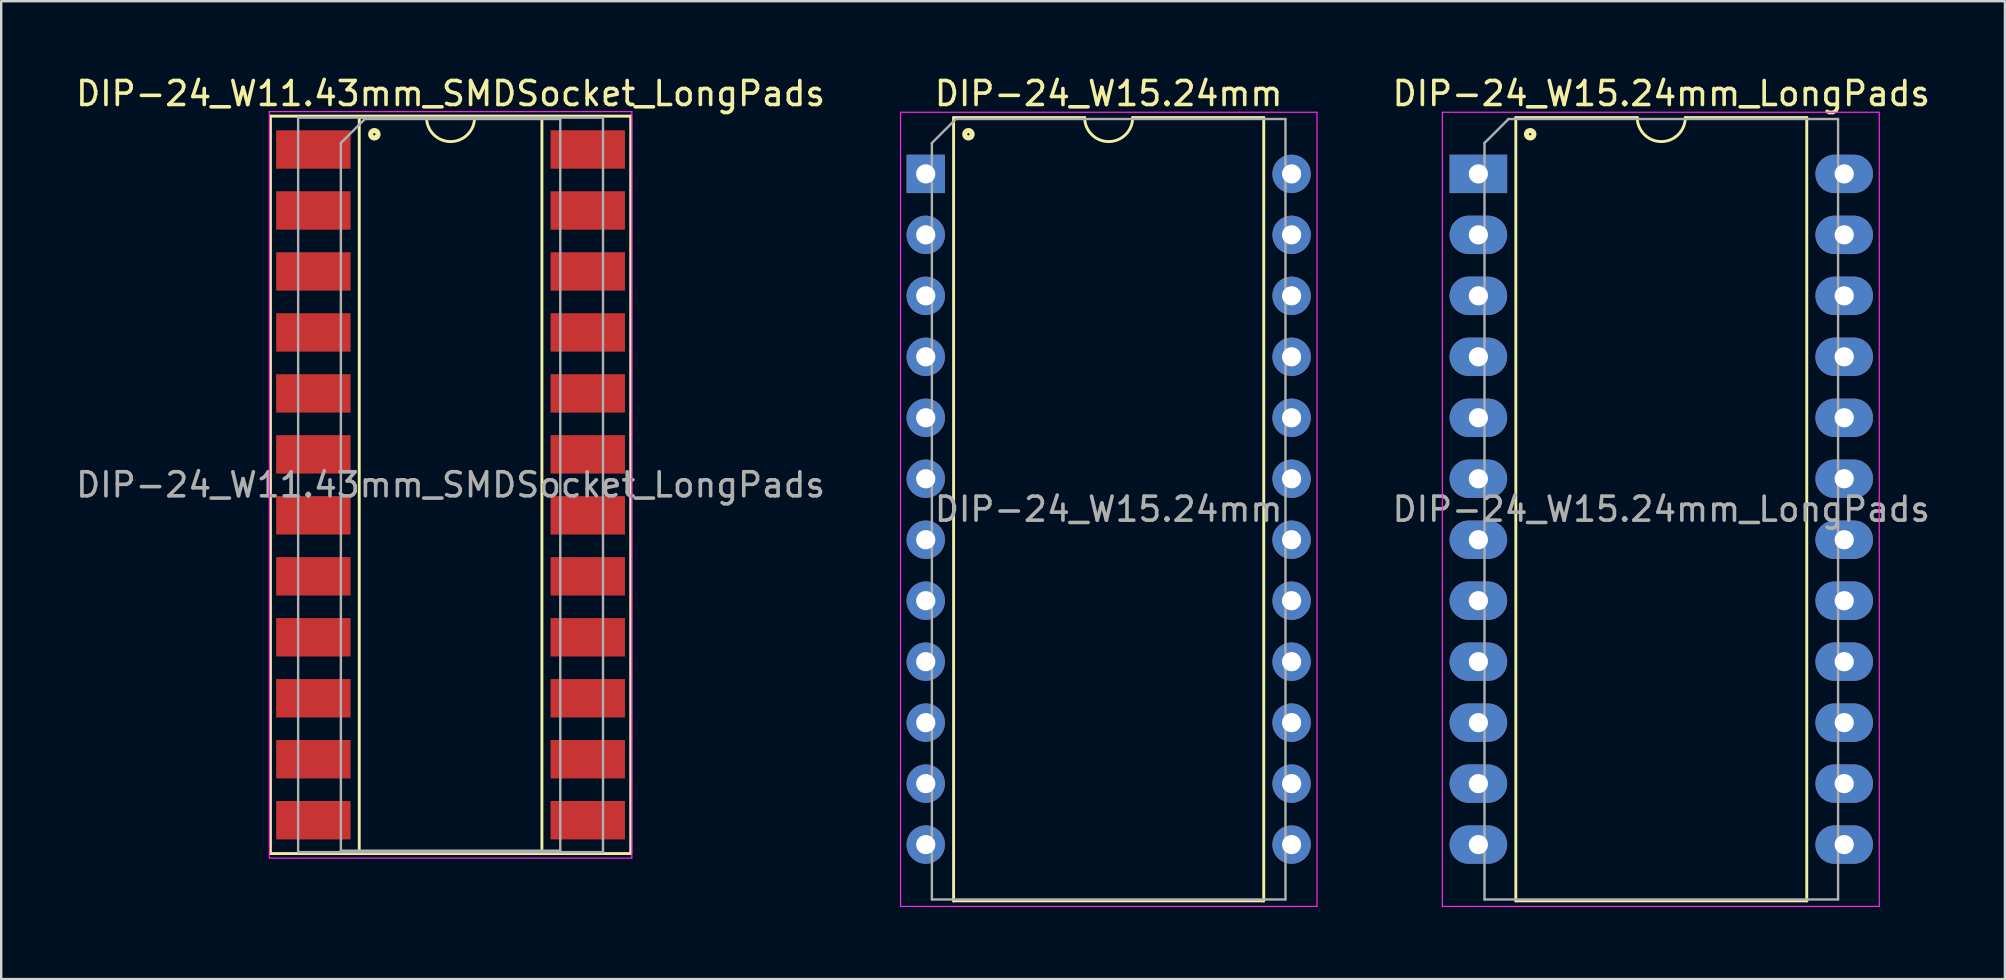
<source format=kicad_pcb>
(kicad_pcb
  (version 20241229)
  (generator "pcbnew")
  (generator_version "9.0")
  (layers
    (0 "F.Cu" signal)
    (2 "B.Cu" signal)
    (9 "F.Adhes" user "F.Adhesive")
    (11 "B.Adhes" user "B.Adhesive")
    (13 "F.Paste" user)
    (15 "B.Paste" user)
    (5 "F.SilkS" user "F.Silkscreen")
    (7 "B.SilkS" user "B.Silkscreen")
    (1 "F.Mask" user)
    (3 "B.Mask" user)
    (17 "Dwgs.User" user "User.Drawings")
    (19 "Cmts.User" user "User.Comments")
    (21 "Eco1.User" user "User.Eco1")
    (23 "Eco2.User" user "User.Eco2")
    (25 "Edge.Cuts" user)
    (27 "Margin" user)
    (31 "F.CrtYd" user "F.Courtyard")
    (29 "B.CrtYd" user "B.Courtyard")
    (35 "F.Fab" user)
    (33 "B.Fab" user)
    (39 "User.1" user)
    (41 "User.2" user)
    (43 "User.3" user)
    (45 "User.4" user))
  (footprint "DIP-24_W11.43mm_SMDSocket_LongPads"
    (layer "F.Cu")
    (at 15.72 17.148)
    (property "Reference" "DIP-24_W11.43mm_SMDSocket_LongPads" (at 0 -16.3 0) (layer "F.SilkS") (effects (font (size 1 1) (thickness 0.15))))
    (attr smd)
    (fp_line (start -7.505 -15.36) (end -7.505 15.36) (stroke (width 0.12) (type solid)) (layer "F.SilkS"))
    (fp_line (start -7.505 15.36) (end 7.505 15.36) (stroke (width 0.12) (type solid)) (layer "F.SilkS"))
    (fp_line (start -3.805 -15.3) (end -3.805 15.3) (stroke (width 0.12) (type solid)) (layer "F.SilkS"))
    (fp_line (start -3.805 15.3) (end 3.805 15.3) (stroke (width 0.12) (type solid)) (layer "F.SilkS"))
    (fp_line (start -1 -15.3) (end -3.805 -15.3) (stroke (width 0.12) (type solid)) (layer "F.SilkS"))
    (fp_line (start 3.805 -15.3) (end 1 -15.3) (stroke (width 0.12) (type solid)) (layer "F.SilkS"))
    (fp_line (start 3.805 15.3) (end 3.805 -15.3) (stroke (width 0.12) (type solid)) (layer "F.SilkS"))
    (fp_line (start 7.505 -15.36) (end -7.505 -15.36) (stroke (width 0.12) (type solid)) (layer "F.SilkS"))
    (fp_line (start 7.505 15.36) (end 7.505 -15.36) (stroke (width 0.12) (type solid)) (layer "F.SilkS"))
    (fp_arc (start 1 -15.3) (mid 0 -14.3) (end -1 -15.3) (stroke (width 0.12) (type solid)) (layer "F.SilkS"))
    (fp_circle (center -3.175 -14.605) (end -3.125 -14.605) (stroke (width 0.12) (type solid)) (fill no) (layer "F.SilkS"))
    (fp_circle (center -3.175 -14.605) (end -3.05 -14.605) (stroke (width 0.12) (type solid)) (fill no) (layer "F.SilkS"))
    (fp_circle (center -3.175 -14.605) (end -2.975 -14.605) (stroke (width 0.12) (type solid)) (fill no) (layer "F.SilkS"))
    (fp_line (start -7.55 -15.55) (end -7.55 15.55) (stroke (width 0.05) (type solid)) (layer "F.CrtYd"))
    (fp_line (start -7.55 15.55) (end 7.55 15.55) (stroke (width 0.05) (type solid)) (layer "F.CrtYd"))
    (fp_line (start 7.55 -15.55) (end -7.55 -15.55) (stroke (width 0.05) (type solid)) (layer "F.CrtYd"))
    (fp_line (start 7.55 15.55) (end 7.55 -15.55) (stroke (width 0.05) (type solid)) (layer "F.CrtYd"))
    (fp_line (start -6.35 -15.3) (end -6.35 15.3) (stroke (width 0.1) (type solid)) (layer "F.Fab"))
    (fp_line (start -6.35 15.3) (end 6.35 15.3) (stroke (width 0.1) (type solid)) (layer "F.Fab"))
    (fp_line (start -4.57 -14.24) (end -3.57 -15.24) (stroke (width 0.1) (type solid)) (layer "F.Fab"))
    (fp_line (start -4.57 15.24) (end -4.57 -14.24) (stroke (width 0.1) (type solid)) (layer "F.Fab"))
    (fp_line (start -3.57 -15.24) (end 4.57 -15.24) (stroke (width 0.1) (type solid)) (layer "F.Fab"))
    (fp_line (start 4.57 -15.24) (end 4.57 15.24) (stroke (width 0.1) (type solid)) (layer "F.Fab"))
    (fp_line (start 4.57 15.24) (end -4.57 15.24) (stroke (width 0.1) (type solid)) (layer "F.Fab"))
    (fp_line (start 6.35 -15.3) (end -6.35 -15.3) (stroke (width 0.1) (type solid)) (layer "F.Fab"))
    (fp_line (start 6.35 15.3) (end 6.35 -15.3) (stroke (width 0.1) (type solid)) (layer "F.Fab"))
    (fp_text user "${REFERENCE}" (at 0 0 0) (layer "F.Fab") (effects (font (size 1 1) (thickness 0.15))))
    (pad "1" smd rect (at -5.715 -13.97) (size 3.1 1.6) (layers "F.Cu" "F.Mask" "F.Paste"))
    (pad "2" smd rect (at -5.715 -11.43) (size 3.1 1.6) (layers "F.Cu" "F.Mask" "F.Paste"))
    (pad "3" smd rect (at -5.715 -8.89) (size 3.1 1.6) (layers "F.Cu" "F.Mask" "F.Paste"))
    (pad "4" smd rect (at -5.715 -6.35) (size 3.1 1.6) (layers "F.Cu" "F.Mask" "F.Paste"))
    (pad "5" smd rect (at -5.715 -3.81) (size 3.1 1.6) (layers "F.Cu" "F.Mask" "F.Paste"))
    (pad "6" smd rect (at -5.715 -1.27) (size 3.1 1.6) (layers "F.Cu" "F.Mask" "F.Paste"))
    (pad "7" smd rect (at -5.715 1.27) (size 3.1 1.6) (layers "F.Cu" "F.Mask" "F.Paste"))
    (pad "8" smd rect (at -5.715 3.81) (size 3.1 1.6) (layers "F.Cu" "F.Mask" "F.Paste"))
    (pad "9" smd rect (at -5.715 6.35) (size 3.1 1.6) (layers "F.Cu" "F.Mask" "F.Paste"))
    (pad "10" smd rect (at -5.715 8.89) (size 3.1 1.6) (layers "F.Cu" "F.Mask" "F.Paste"))
    (pad "11" smd rect (at -5.715 11.43) (size 3.1 1.6) (layers "F.Cu" "F.Mask" "F.Paste"))
    (pad "12" smd rect (at -5.715 13.97) (size 3.1 1.6) (layers "F.Cu" "F.Mask" "F.Paste"))
    (pad "13" smd rect (at 5.715 13.97) (size 3.1 1.6) (layers "F.Cu" "F.Mask" "F.Paste"))
    (pad "14" smd rect (at 5.715 11.43) (size 3.1 1.6) (layers "F.Cu" "F.Mask" "F.Paste"))
    (pad "15" smd rect (at 5.715 8.89) (size 3.1 1.6) (layers "F.Cu" "F.Mask" "F.Paste"))
    (pad "16" smd rect (at 5.715 6.35) (size 3.1 1.6) (layers "F.Cu" "F.Mask" "F.Paste"))
    (pad "17" smd rect (at 5.715 3.81) (size 3.1 1.6) (layers "F.Cu" "F.Mask" "F.Paste"))
    (pad "18" smd rect (at 5.715 1.27) (size 3.1 1.6) (layers "F.Cu" "F.Mask" "F.Paste"))
    (pad "19" smd rect (at 5.715 -1.27) (size 3.1 1.6) (layers "F.Cu" "F.Mask" "F.Paste"))
    (pad "20" smd rect (at 5.715 -3.81) (size 3.1 1.6) (layers "F.Cu" "F.Mask" "F.Paste"))
    (pad "21" smd rect (at 5.715 -6.35) (size 3.1 1.6) (layers "F.Cu" "F.Mask" "F.Paste"))
    (pad "22" smd rect (at 5.715 -8.89) (size 3.1 1.6) (layers "F.Cu" "F.Mask" "F.Paste"))
    (pad "23" smd rect (at 5.715 -11.43) (size 3.1 1.6) (layers "F.Cu" "F.Mask" "F.Paste"))
    (pad "24" smd rect (at 5.715 -13.97) (size 3.1 1.6) (layers "F.Cu" "F.Mask" "F.Paste")))
  (footprint "DIP-24_W15.24mm_LongPads"
    (layer "F.Cu")
    (at 58.536 4.194)
    (property "Reference" "DIP-24_W15.24mm_LongPads" (at 7.62 -3.346 0) (layer "F.SilkS") (effects (font (size 1 1) (thickness 0.15))))
    (attr through_hole)
    (fp_line (start 1.56 -2.346) (end 1.56 30.286) (stroke (width 0.12) (type solid)) (layer "F.SilkS"))
    (fp_line (start 1.56 30.286) (end 13.68 30.286) (stroke (width 0.12) (type solid)) (layer "F.SilkS"))
    (fp_line (start 6.62 -2.346) (end 1.56 -2.346) (stroke (width 0.12) (type solid)) (layer "F.SilkS"))
    (fp_line (start 13.68 -2.346) (end 8.62 -2.346) (stroke (width 0.12) (type solid)) (layer "F.SilkS"))
    (fp_line (start 13.68 30.286) (end 13.68 -2.346) (stroke (width 0.12) (type solid)) (layer "F.SilkS"))
    (fp_arc (start 8.62 -2.346) (mid 7.62 -1.346) (end 6.62 -2.346) (stroke (width 0.12) (type solid)) (layer "F.SilkS"))
    (fp_circle (center 2.159 -1.651) (end 2.209 -1.651) (stroke (width 0.12) (type solid)) (fill no) (layer "F.SilkS"))
    (fp_circle (center 2.159 -1.651) (end 2.284 -1.651) (stroke (width 0.12) (type solid)) (fill no) (layer "F.SilkS"))
    (fp_circle (center 2.159 -1.651) (end 2.359 -1.651) (stroke (width 0.12) (type solid)) (fill no) (layer "F.SilkS"))
    (fp_line (start -1.5 -2.566) (end -1.5 30.516) (stroke (width 0.05) (type solid)) (layer "F.CrtYd"))
    (fp_line (start -1.5 30.516) (end 16.7 30.516) (stroke (width 0.05) (type solid)) (layer "F.CrtYd"))
    (fp_line (start 16.7 -2.566) (end -1.5 -2.566) (stroke (width 0.05) (type solid)) (layer "F.CrtYd"))
    (fp_line (start 16.7 30.516) (end 16.7 -2.566) (stroke (width 0.05) (type solid)) (layer "F.CrtYd"))
    (fp_line (start 0.255 -1.286) (end 1.255 -2.286) (stroke (width 0.1) (type solid)) (layer "F.Fab"))
    (fp_line (start 0.255 30.226) (end 0.255 -1.286) (stroke (width 0.1) (type solid)) (layer "F.Fab"))
    (fp_line (start 1.255 -2.286) (end 14.985 -2.286) (stroke (width 0.1) (type solid)) (layer "F.Fab"))
    (fp_line (start 14.985 -2.286) (end 14.985 30.226) (stroke (width 0.1) (type solid)) (layer "F.Fab"))
    (fp_line (start 14.985 30.226) (end 0.255 30.226) (stroke (width 0.1) (type solid)) (layer "F.Fab"))
    (fp_text user "${REFERENCE}" (at 7.62 13.97 0) (layer "F.Fab") (effects (font (size 1 1) (thickness 0.15))))
    (pad "1" thru_hole rect (at 0 0) (size 2.4 1.6) (drill 0.8) (layers "*.Cu" "*.Mask"))
    (pad "2" thru_hole oval (at 0 2.54) (size 2.4 1.6) (drill 0.8) (layers "*.Cu" "*.Mask"))
    (pad "3" thru_hole oval (at 0 5.08) (size 2.4 1.6) (drill 0.8) (layers "*.Cu" "*.Mask"))
    (pad "4" thru_hole oval (at 0 7.62) (size 2.4 1.6) (drill 0.8) (layers "*.Cu" "*.Mask"))
    (pad "5" thru_hole oval (at 0 10.16) (size 2.4 1.6) (drill 0.8) (layers "*.Cu" "*.Mask"))
    (pad "6" thru_hole oval (at 0 12.7) (size 2.4 1.6) (drill 0.8) (layers "*.Cu" "*.Mask"))
    (pad "7" thru_hole oval (at 0 15.24) (size 2.4 1.6) (drill 0.8) (layers "*.Cu" "*.Mask"))
    (pad "8" thru_hole oval (at 0 17.78) (size 2.4 1.6) (drill 0.8) (layers "*.Cu" "*.Mask"))
    (pad "9" thru_hole oval (at 0 20.32) (size 2.4 1.6) (drill 0.8) (layers "*.Cu" "*.Mask"))
    (pad "10" thru_hole oval (at 0 22.86) (size 2.4 1.6) (drill 0.8) (layers "*.Cu" "*.Mask"))
    (pad "11" thru_hole oval (at 0 25.4) (size 2.4 1.6) (drill 0.8) (layers "*.Cu" "*.Mask"))
    (pad "12" thru_hole oval (at 0 27.94) (size 2.4 1.6) (drill 0.8) (layers "*.Cu" "*.Mask"))
    (pad "13" thru_hole oval (at 15.24 27.94) (size 2.4 1.6) (drill 0.8) (layers "*.Cu" "*.Mask"))
    (pad "14" thru_hole oval (at 15.24 25.4) (size 2.4 1.6) (drill 0.8) (layers "*.Cu" "*.Mask"))
    (pad "15" thru_hole oval (at 15.24 22.86) (size 2.4 1.6) (drill 0.8) (layers "*.Cu" "*.Mask"))
    (pad "16" thru_hole oval (at 15.24 20.32) (size 2.4 1.6) (drill 0.8) (layers "*.Cu" "*.Mask"))
    (pad "17" thru_hole oval (at 15.24 17.78) (size 2.4 1.6) (drill 0.8) (layers "*.Cu" "*.Mask"))
    (pad "18" thru_hole oval (at 15.24 15.24) (size 2.4 1.6) (drill 0.8) (layers "*.Cu" "*.Mask"))
    (pad "19" thru_hole oval (at 15.24 12.7) (size 2.4 1.6) (drill 0.8) (layers "*.Cu" "*.Mask"))
    (pad "20" thru_hole oval (at 15.24 10.16) (size 2.4 1.6) (drill 0.8) (layers "*.Cu" "*.Mask"))
    (pad "21" thru_hole oval (at 15.24 7.62) (size 2.4 1.6) (drill 0.8) (layers "*.Cu" "*.Mask"))
    (pad "22" thru_hole oval (at 15.24 5.08) (size 2.4 1.6) (drill 0.8) (layers "*.Cu" "*.Mask"))
    (pad "23" thru_hole oval (at 15.24 2.54) (size 2.4 1.6) (drill 0.8) (layers "*.Cu" "*.Mask"))
    (pad "24" thru_hole oval (at 15.24 0) (size 2.4 1.6) (drill 0.8) (layers "*.Cu" "*.Mask")))
  (footprint "DIP-24_W15.24mm"
    (layer "F.Cu")
    (at 35.515 4.194)
    (property "Reference" "DIP-24_W15.24mm" (at 7.62 -3.346 0) (layer "F.SilkS") (effects (font (size 1 1) (thickness 0.15))))
    (attr through_hole)
    (fp_line (start 1.16 -2.346) (end 1.16 30.286) (stroke (width 0.12) (type solid)) (layer "F.SilkS"))
    (fp_line (start 1.16 30.286) (end 14.08 30.286) (stroke (width 0.12) (type solid)) (layer "F.SilkS"))
    (fp_line (start 6.62 -2.346) (end 1.16 -2.346) (stroke (width 0.12) (type solid)) (layer "F.SilkS"))
    (fp_line (start 14.08 -2.346) (end 8.62 -2.346) (stroke (width 0.12) (type solid)) (layer "F.SilkS"))
    (fp_line (start 14.08 30.286) (end 14.08 -2.346) (stroke (width 0.12) (type solid)) (layer "F.SilkS"))
    (fp_arc (start 8.62 -2.346) (mid 7.62 -1.346) (end 6.62 -2.346) (stroke (width 0.12) (type solid)) (layer "F.SilkS"))
    (fp_circle (center 1.778 -1.651) (end 1.828 -1.651) (stroke (width 0.12) (type solid)) (fill no) (layer "F.SilkS"))
    (fp_circle (center 1.778 -1.651) (end 1.903 -1.651) (stroke (width 0.12) (type solid)) (fill no) (layer "F.SilkS"))
    (fp_circle (center 1.778 -1.651) (end 1.978 -1.651) (stroke (width 0.12) (type solid)) (fill no) (layer "F.SilkS"))
    (fp_line (start -1.05 -2.566) (end -1.05 30.516) (stroke (width 0.05) (type solid)) (layer "F.CrtYd"))
    (fp_line (start -1.05 30.516) (end 16.3 30.516) (stroke (width 0.05) (type solid)) (layer "F.CrtYd"))
    (fp_line (start 16.3 -2.566) (end -1.05 -2.566) (stroke (width 0.05) (type solid)) (layer "F.CrtYd"))
    (fp_line (start 16.3 30.516) (end 16.3 -2.566) (stroke (width 0.05) (type solid)) (layer "F.CrtYd"))
    (fp_line (start 0.255 -1.286) (end 1.255 -2.286) (stroke (width 0.1) (type solid)) (layer "F.Fab"))
    (fp_line (start 0.255 30.226) (end 0.255 -1.286) (stroke (width 0.1) (type solid)) (layer "F.Fab"))
    (fp_line (start 1.255 -2.286) (end 14.985 -2.286) (stroke (width 0.1) (type solid)) (layer "F.Fab"))
    (fp_line (start 14.985 -2.286) (end 14.985 30.226) (stroke (width 0.1) (type solid)) (layer "F.Fab"))
    (fp_line (start 14.985 30.226) (end 0.255 30.226) (stroke (width 0.1) (type solid)) (layer "F.Fab"))
    (fp_text user "${REFERENCE}" (at 7.62 13.97 0) (layer "F.Fab") (effects (font (size 1 1) (thickness 0.15))))
    (pad "1" thru_hole rect (at 0 0) (size 1.6 1.6) (drill 0.8) (layers "*.Cu" "*.Mask"))
    (pad "2" thru_hole oval (at 0 2.54) (size 1.6 1.6) (drill 0.8) (layers "*.Cu" "*.Mask"))
    (pad "3" thru_hole oval (at 0 5.08) (size 1.6 1.6) (drill 0.8) (layers "*.Cu" "*.Mask"))
    (pad "4" thru_hole oval (at 0 7.62) (size 1.6 1.6) (drill 0.8) (layers "*.Cu" "*.Mask"))
    (pad "5" thru_hole oval (at 0 10.16) (size 1.6 1.6) (drill 0.8) (layers "*.Cu" "*.Mask"))
    (pad "6" thru_hole oval (at 0 12.7) (size 1.6 1.6) (drill 0.8) (layers "*.Cu" "*.Mask"))
    (pad "7" thru_hole oval (at 0 15.24) (size 1.6 1.6) (drill 0.8) (layers "*.Cu" "*.Mask"))
    (pad "8" thru_hole oval (at 0 17.78) (size 1.6 1.6) (drill 0.8) (layers "*.Cu" "*.Mask"))
    (pad "9" thru_hole oval (at 0 20.32) (size 1.6 1.6) (drill 0.8) (layers "*.Cu" "*.Mask"))
    (pad "10" thru_hole oval (at 0 22.86) (size 1.6 1.6) (drill 0.8) (layers "*.Cu" "*.Mask"))
    (pad "11" thru_hole oval (at 0 25.4) (size 1.6 1.6) (drill 0.8) (layers "*.Cu" "*.Mask"))
    (pad "12" thru_hole oval (at 0 27.94) (size 1.6 1.6) (drill 0.8) (layers "*.Cu" "*.Mask"))
    (pad "13" thru_hole oval (at 15.24 27.94) (size 1.6 1.6) (drill 0.8) (layers "*.Cu" "*.Mask"))
    (pad "14" thru_hole oval (at 15.24 25.4) (size 1.6 1.6) (drill 0.8) (layers "*.Cu" "*.Mask"))
    (pad "15" thru_hole oval (at 15.24 22.86) (size 1.6 1.6) (drill 0.8) (layers "*.Cu" "*.Mask"))
    (pad "16" thru_hole oval (at 15.24 20.32) (size 1.6 1.6) (drill 0.8) (layers "*.Cu" "*.Mask"))
    (pad "17" thru_hole oval (at 15.24 17.78) (size 1.6 1.6) (drill 0.8) (layers "*.Cu" "*.Mask"))
    (pad "18" thru_hole oval (at 15.24 15.24) (size 1.6 1.6) (drill 0.8) (layers "*.Cu" "*.Mask"))
    (pad "19" thru_hole oval (at 15.24 12.7) (size 1.6 1.6) (drill 0.8) (layers "*.Cu" "*.Mask"))
    (pad "20" thru_hole oval (at 15.24 10.16) (size 1.6 1.6) (drill 0.8) (layers "*.Cu" "*.Mask"))
    (pad "21" thru_hole oval (at 15.24 7.62) (size 1.6 1.6) (drill 0.8) (layers "*.Cu" "*.Mask"))
    (pad "22" thru_hole oval (at 15.24 5.08) (size 1.6 1.6) (drill 0.8) (layers "*.Cu" "*.Mask"))
    (pad "23" thru_hole oval (at 15.24 2.54) (size 1.6 1.6) (drill 0.8) (layers "*.Cu" "*.Mask"))
    (pad "24" thru_hole oval (at 15.24 0) (size 1.6 1.6) (drill 0.8) (layers "*.Cu" "*.Mask")))
  (gr_rect
    (start -3 -3)
    (end 80.471 37.735)
    (stroke (width 0.1) (type default))
    (fill no)
    (layer "Edge.Cuts")))
</source>
